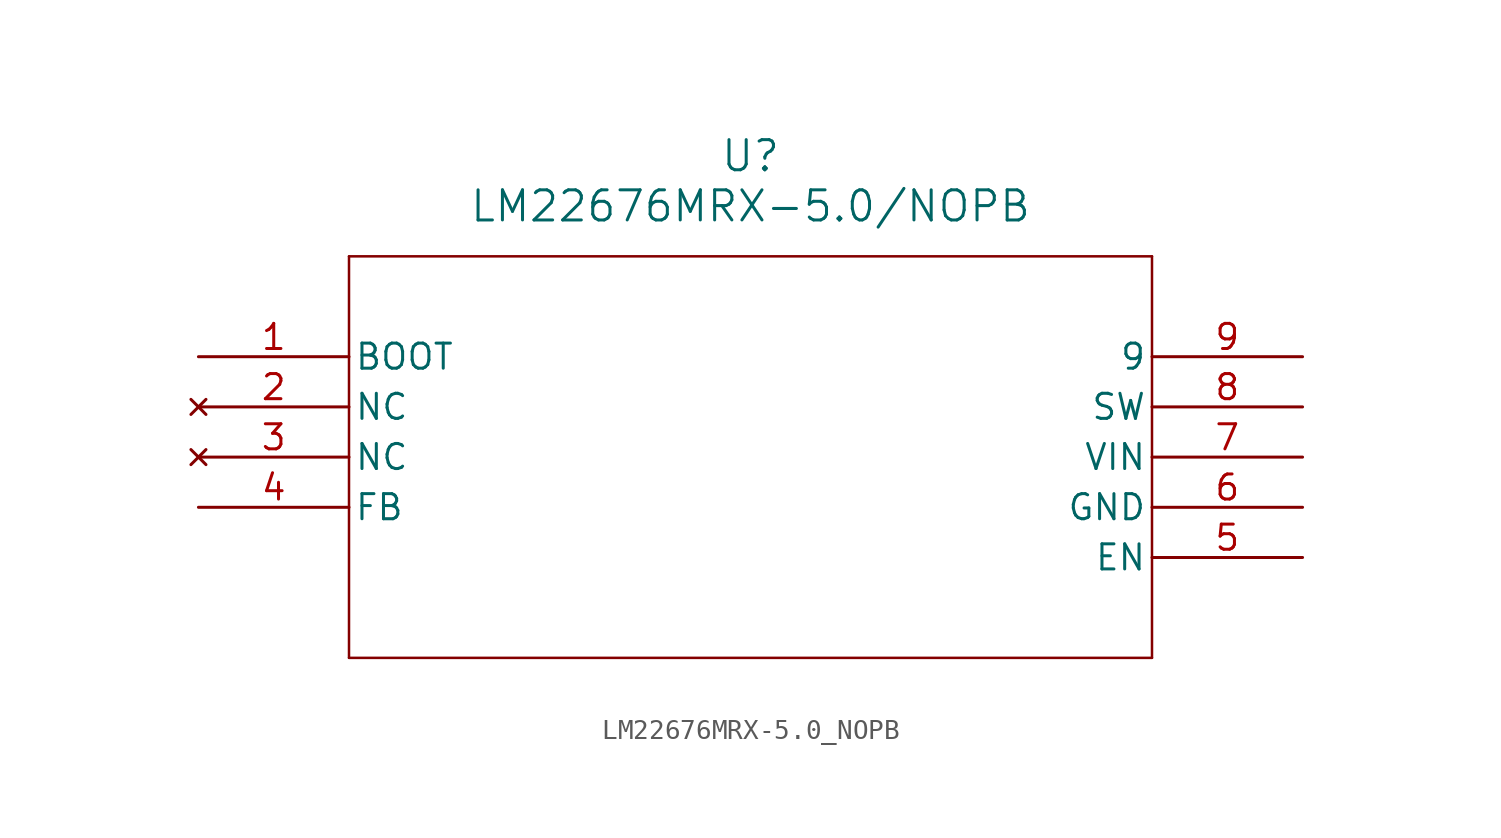
<source format=kicad_sym>
(kicad_symbol_lib
  (version 20211014)
  (generator kicad_symbol_editor)
  (symbol "LM22676MRX-5.0_NOPB"
    (pin_names
      (offset 0.254))
    (property "Reference" "U"
      (at 27.94 10.16 0)
      (effects (font (size 1.524 1.524))))
    (property "Value" "LM22676MRX-5.0/NOPB"
      (at 27.94 7.62 0)
      (effects (font (size 1.524 1.524))))
    (symbol "LM22676MRX-5.0_NOPB_0_1"
      (polyline (pts (xy 7.62 5.08) (xy 7.62 -15.24)) (stroke (width 0.127) (type default) (color 0 0 0 0)) (fill (type none)))
      (polyline (pts (xy 7.62 -15.24) (xy 48.26 -15.24)) (stroke (width 0.127) (type default) (color 0 0 0 0)) (fill (type none)))
      (polyline (pts (xy 48.26 -15.24) (xy 48.26 5.08)) (stroke (width 0.127) (type default) (color 0 0 0 0)) (fill (type none)))
      (polyline (pts (xy 48.26 5.08) (xy 7.62 5.08)) (stroke (width 0.127) (type default) (color 0 0 0 0)) (fill (type none)))
      (pin input line (at 0 0 0) (length 7.62) (name "BOOT" (effects (font (size 1.27 1.27)))) (number "1" (effects (font (size 1.27 1.27)))))
      (pin no_connect line (at 0 -2.54 0) (length 7.62) (name "NC" (effects (font (size 1.27 1.27)))) (number "2" (effects (font (size 1.27 1.27)))))
      (pin no_connect line (at 0 -5.08 0) (length 7.62) (name "NC" (effects (font (size 1.27 1.27)))) (number "3" (effects (font (size 1.27 1.27)))))
      (pin input line (at 0 -7.62 0) (length 7.62) (name "FB" (effects (font (size 1.27 1.27)))) (number "4" (effects (font (size 1.27 1.27)))))
      (pin unspecified line (at 55.88 -10.16 180) (length 7.62) (name "EN" (effects (font (size 1.27 1.27)))) (number "5" (effects (font (size 1.27 1.27)))))
      (pin power_in line (at 55.88 -7.62 180) (length 7.62) (name "GND" (effects (font (size 1.27 1.27)))) (number "6" (effects (font (size 1.27 1.27)))))
      (pin input line (at 55.88 -5.08 180) (length 7.62) (name "VIN" (effects (font (size 1.27 1.27)))) (number "7" (effects (font (size 1.27 1.27)))))
      (pin unspecified line (at 55.88 -2.54 180) (length 7.62) (name "SW" (effects (font (size 1.27 1.27)))) (number "8" (effects (font (size 1.27 1.27)))))
      (pin unspecified line (at 55.88 0 180) (length 7.62) (name "9" (effects (font (size 1.27 1.27)))) (number "9" (effects (font (size 1.27 1.27))))))))
</source>
